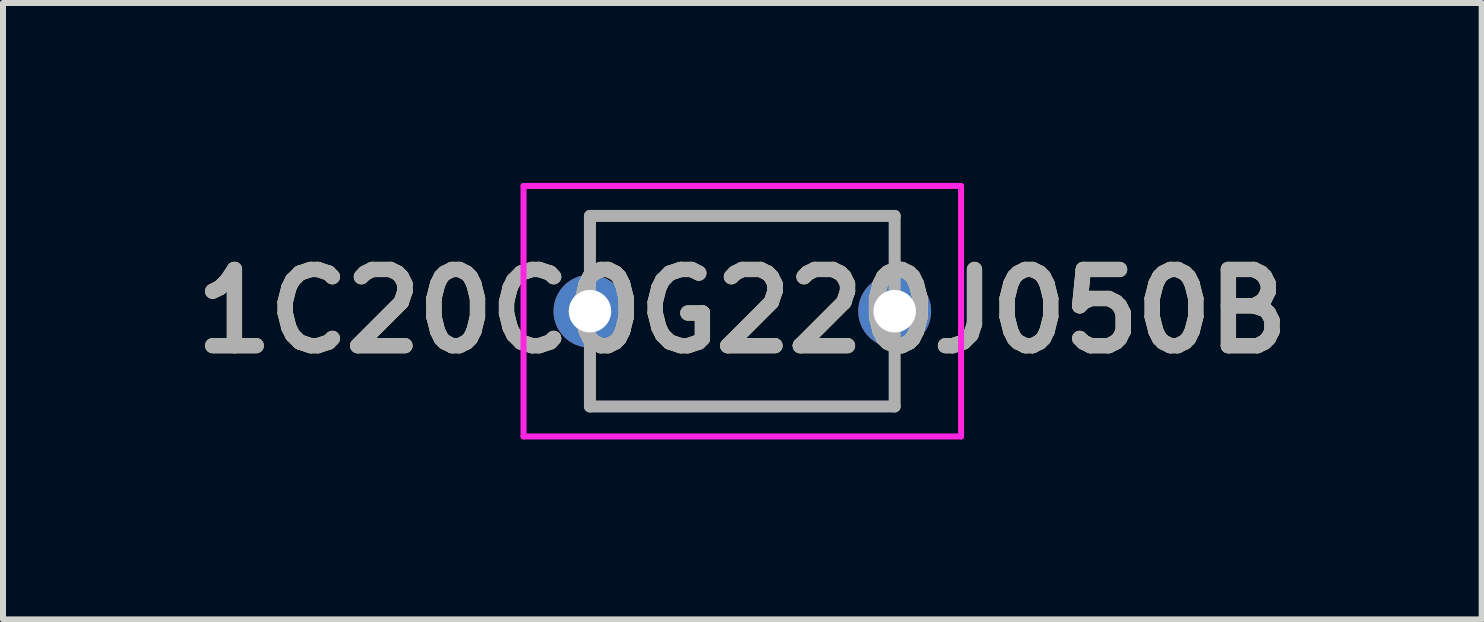
<source format=kicad_pcb>
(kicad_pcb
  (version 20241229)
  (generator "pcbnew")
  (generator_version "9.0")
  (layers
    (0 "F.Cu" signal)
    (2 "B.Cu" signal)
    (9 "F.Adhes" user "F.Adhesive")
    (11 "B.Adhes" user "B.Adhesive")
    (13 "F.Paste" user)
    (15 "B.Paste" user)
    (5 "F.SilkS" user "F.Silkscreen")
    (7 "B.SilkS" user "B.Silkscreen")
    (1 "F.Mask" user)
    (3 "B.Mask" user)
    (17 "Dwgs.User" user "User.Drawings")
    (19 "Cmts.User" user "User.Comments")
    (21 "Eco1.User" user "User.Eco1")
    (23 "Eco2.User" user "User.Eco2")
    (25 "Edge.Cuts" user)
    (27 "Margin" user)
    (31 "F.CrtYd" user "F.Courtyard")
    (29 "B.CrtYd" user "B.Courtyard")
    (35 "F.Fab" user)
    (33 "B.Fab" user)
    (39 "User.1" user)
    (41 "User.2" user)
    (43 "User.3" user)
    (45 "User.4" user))
  (footprint "1C20C0G220J050B"
    (layer "F.Cu")
    (at 6.785 2.138)
    (property "Reference" "1C20C0G220J050B" (at 2.54 0 0) (layer "F.SilkS") (effects (font (size 1.27 1.27) (thickness 0.254))))
    (attr through_hole)
    (fp_line (start 0 -1.588) (end 5.08 -1.588) (stroke (width 0.1) (type solid)) (layer "F.SilkS"))
    (fp_line (start 0 -1) (end 0 -1.588) (stroke (width 0.1) (type solid)) (layer "F.SilkS"))
    (fp_line (start 0 1) (end 0 1.588) (stroke (width 0.1) (type solid)) (layer "F.SilkS"))
    (fp_line (start 0 1.588) (end 5.08 1.588) (stroke (width 0.1) (type solid)) (layer "F.SilkS"))
    (fp_line (start 5.08 -1.588) (end 5.08 -1) (stroke (width 0.1) (type solid)) (layer "F.SilkS"))
    (fp_line (start 5.08 1.588) (end 5.08 1) (stroke (width 0.1) (type solid)) (layer "F.SilkS"))
    (fp_line (start -1.107 -2.088) (end 6.187 -2.088) (stroke (width 0.1) (type solid)) (layer "F.CrtYd"))
    (fp_line (start -1.107 2.088) (end -1.107 -2.088) (stroke (width 0.1) (type solid)) (layer "F.CrtYd"))
    (fp_line (start 6.187 -2.088) (end 6.187 2.088) (stroke (width 0.1) (type solid)) (layer "F.CrtYd"))
    (fp_line (start 6.187 2.088) (end -1.107 2.088) (stroke (width 0.1) (type solid)) (layer "F.CrtYd"))
    (fp_line (start 0 -1.588) (end 5.08 -1.588) (stroke (width 0.2) (type solid)) (layer "F.Fab"))
    (fp_line (start 0 1.588) (end 0 -1.588) (stroke (width 0.2) (type solid)) (layer "F.Fab"))
    (fp_line (start 5.08 -1.588) (end 5.08 1.588) (stroke (width 0.2) (type solid)) (layer "F.Fab"))
    (fp_line (start 5.08 1.588) (end 0 1.588) (stroke (width 0.2) (type solid)) (layer "F.Fab"))
    (fp_text user "${REFERENCE}" (at 2.54 0 0) (layer "F.Fab") (effects (font (size 1.27 1.27) (thickness 0.254))))
    (pad "1" thru_hole circle (at 0 0) (size 1.214 1.214) (drill 0.708) (layers "*.Cu" "*.Mask"))
    (pad "2" thru_hole circle (at 5.08 0) (size 1.214 1.214) (drill 0.708) (layers "*.Cu" "*.Mask")))
  (gr_rect
    (start -3 -3)
    (end 21.651 7.276)
    (stroke (width 0.1) (type default))
    (fill no)
    (layer "Edge.Cuts")))
</source>
